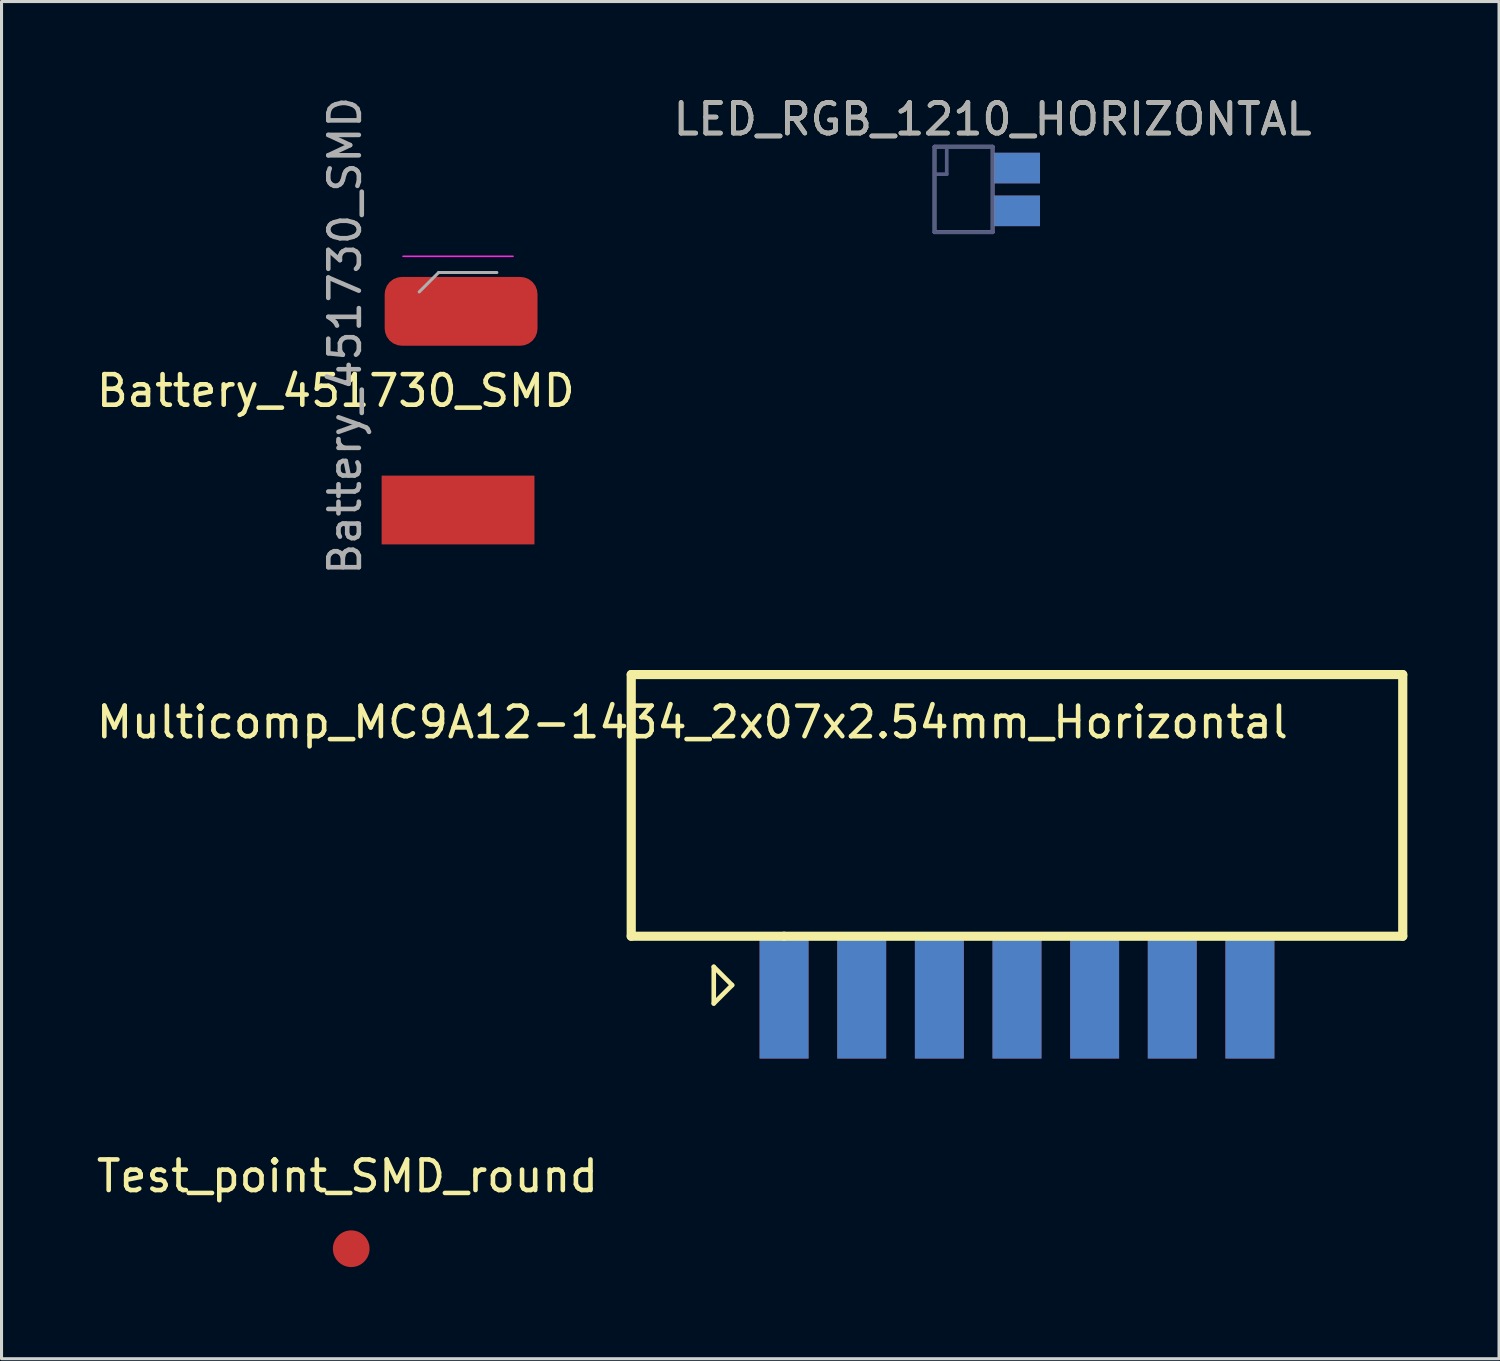
<source format=kicad_pcb>
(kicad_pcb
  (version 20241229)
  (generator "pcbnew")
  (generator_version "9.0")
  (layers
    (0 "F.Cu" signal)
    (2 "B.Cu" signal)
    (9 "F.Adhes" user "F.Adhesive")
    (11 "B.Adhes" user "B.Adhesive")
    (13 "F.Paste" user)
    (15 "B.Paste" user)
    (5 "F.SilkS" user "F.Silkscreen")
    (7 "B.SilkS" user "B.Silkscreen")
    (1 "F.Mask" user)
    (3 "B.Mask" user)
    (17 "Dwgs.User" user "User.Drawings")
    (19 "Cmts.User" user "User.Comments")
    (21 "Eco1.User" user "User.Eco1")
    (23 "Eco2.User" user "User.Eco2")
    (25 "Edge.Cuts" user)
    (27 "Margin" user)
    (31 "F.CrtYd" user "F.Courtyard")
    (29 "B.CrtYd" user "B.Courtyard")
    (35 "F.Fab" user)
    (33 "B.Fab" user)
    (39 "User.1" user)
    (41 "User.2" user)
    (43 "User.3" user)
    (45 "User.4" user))
  (footprint "LED_RGB_1210_HORIZONTAL"
    (layer "F.Cu")
    (at 29.423 3.148)
    (property "Reference" "LED_RGB_1210_HORIZONTAL" (at 0 -2.3 0) (layer "F.SilkS") (effects (font (size 1 1) (thickness 0.15))))
    (attr smd)
    (fp_line (start -1.9 -1.4) (end 0 -1.4) (stroke (width 0.12) (type solid)) (layer "B.Fab"))
    (fp_line (start -1.9 1.4) (end -1.9 -1.4) (stroke (width 0.12) (type solid)) (layer "B.Fab"))
    (fp_line (start -1.5 -1.4) (end -1.5 -0.5) (stroke (width 0.12) (type solid)) (layer "B.Fab"))
    (fp_line (start -1.5 -0.5) (end -1.9 -0.5) (stroke (width 0.12) (type solid)) (layer "B.Fab"))
    (fp_line (start 0 1.4) (end -1.9 1.4) (stroke (width 0.12) (type solid)) (layer "B.Fab"))
    (fp_line (start 0 1.4) (end 0 -1.4) (stroke (width 0.12) (type solid)) (layer "B.Fab"))
    (fp_line (start -1.9 -1.4) (end -1.9 1.4) (stroke (width 0.12) (type solid)) (layer "F.Fab"))
    (fp_line (start -1.9 1.4) (end 0 1.4) (stroke (width 0.12) (type solid)) (layer "F.Fab"))
    (fp_line (start 0 -1.4) (end -1.9 -1.4) (stroke (width 0.12) (type solid)) (layer "F.Fab"))
    (fp_line (start 0 -1.4) (end 0 1.4) (stroke (width 0.12) (type solid)) (layer "F.Fab"))
    (fp_text user "${REFERENCE}" (at 0 -2.3 0) (layer "F.Fab") (effects (font (size 1 1) (thickness 0.15))))
    (pad "1" smd rect (at 0.8 -0.7 180) (size 1.5 1) (layers "F.Cu" "F.Mask" "F.Paste"))
    (pad "2" smd rect (at 0.8 0.7 180) (size 1.5 1) (layers "F.Cu" "F.Mask" "F.Paste"))
    (pad "3" smd rect (at 0.8 0.7 180) (size 1.5 1) (layers "B.Cu" "B.Mask" "B.Paste"))
    (pad "4" smd rect (at 0.8 -0.7 180) (size 1.5 1) (layers "B.Cu" "B.Mask" "B.Paste")))
  (footprint "Battery_451730_SMD"
    (layer "F.Cu")
    (at 11.935 7.135)
    (property "Reference" "Battery_451730_SMD" (at -4 2.6 180) (layer "F.SilkS") (effects (font (size 1 1) (thickness 0.15))))
    (attr through_hole)
    (fp_line (start 1.8 -1.8) (end -1.8 -1.8) (stroke (width 0.05) (type solid)) (layer "F.CrtYd"))
    (fp_line (start -1.27 -0.635) (end -0.635 -1.27) (stroke (width 0.1) (type solid)) (layer "F.Fab"))
    (fp_line (start -0.635 -1.27) (end 1.27 -1.27) (stroke (width 0.1) (type solid)) (layer "F.Fab"))
    (fp_text user "${REFERENCE}" (at -3.7 0.8 90) (layer "F.Fab") (effects (font (size 1 1) (thickness 0.15))))
    (pad "1" smd roundrect (at 0.1 0) (size 5 2.25) (layers "F.Cu" "F.Mask" "F.Paste") (roundrect_rratio 0.25))
    (pad "2" smd rect (at 0 6.5) (size 5 2.25) (layers "F.Cu" "F.Mask" "F.Paste")))
  (footprint "Test_point_SMD_round"
    (layer "F.Cu")
    (at 8.44 37.802)
    (property "Reference" "Test_point_SMD_round" (at -0.125 -2.375 0) (layer "F.SilkS") (effects (font (size 1 1) (thickness 0.15))))
    (attr through_hole)
    (pad "1" smd circle (at 0 0 90) (size 1.2 1.2) (layers "F.Cu" "F.Mask" "F.Paste")))
  (footprint "Multicomp_MC9A12-1434_2x07x2.54mm_Horizontal"
    (layer "F.Cu")
    (at 22.601 27.579)
    (property "Reference" "Multicomp_MC9A12-1434_2x07x2.54mm_Horizontal" (at -3 -7 0) (layer "F.SilkS") (effects (font (size 1 1) (thickness 0.15))))
    (attr through_hole)
    (fp_line (start -5 -8.56) (end 20.24 -8.56) (stroke (width 0.3) (type solid)) (layer "F.SilkS"))
    (fp_line (start -5 0) (end -5 -8.56) (stroke (width 0.3) (type solid)) (layer "F.SilkS"))
    (fp_line (start -2.3 1) (end -1.7 1.6) (stroke (width 0.15) (type solid)) (layer "F.SilkS"))
    (fp_line (start -2.3 2.2) (end -2.3 1) (stroke (width 0.15) (type solid)) (layer "F.SilkS"))
    (fp_line (start -1.7 1.6) (end -2.3 2.2) (stroke (width 0.15) (type solid)) (layer "F.SilkS"))
    (fp_line (start 0 0) (end -5 0) (stroke (width 0.3) (type solid)) (layer "F.SilkS"))
    (fp_line (start 0 0) (end 20.24 0) (stroke (width 0.3) (type solid)) (layer "F.SilkS"))
    (fp_line (start 20.24 0) (end 20.24 -8.56) (stroke (width 0.3) (type solid)) (layer "F.SilkS"))
    (pad "1" smd rect (at 0 2) (size 1.6 4) (layers "F.Cu" "F.Mask" "F.Paste"))
    (pad "2" smd rect (at 0 2) (size 1.6 4) (layers "B.Cu" "B.Mask" "B.Paste"))
    (pad "3" smd rect (at 2.54 2) (size 1.6 4) (layers "F.Cu" "F.Mask" "F.Paste"))
    (pad "4" smd rect (at 2.54 2) (size 1.6 4) (layers "B.Cu" "B.Mask" "B.Paste"))
    (pad "5" smd rect (at 5.08 2) (size 1.6 4) (layers "F.Cu" "F.Mask" "F.Paste"))
    (pad "6" smd rect (at 5.08 2) (size 1.6 4) (layers "B.Cu" "B.Mask" "B.Paste"))
    (pad "7" smd rect (at 7.62 2) (size 1.6 4) (layers "F.Cu" "F.Mask" "F.Paste"))
    (pad "8" smd rect (at 7.62 2) (size 1.6 4) (layers "B.Cu" "B.Mask" "B.Paste"))
    (pad "9" smd rect (at 10.16 2) (size 1.6 4) (layers "F.Cu" "F.Mask" "F.Paste"))
    (pad "10" smd rect (at 10.16 2) (size 1.6 4) (layers "B.Cu" "B.Mask" "B.Paste"))
    (pad "11" smd rect (at 12.7 2) (size 1.6 4) (layers "F.Cu" "F.Mask" "F.Paste"))
    (pad "12" smd rect (at 12.7 2) (size 1.6 4) (layers "B.Cu" "B.Mask" "B.Paste"))
    (pad "13" smd rect (at 15.24 2) (size 1.6 4) (layers "F.Cu" "F.Mask" "F.Paste"))
    (pad "14" smd rect (at 15.24 2) (size 1.6 4) (layers "B.Cu" "B.Mask" "B.Paste")))
  (gr_rect
    (start -3 -3)
    (end 45.991 41.402)
    (stroke (width 0.1) (type default))
    (fill no)
    (layer "Edge.Cuts")))
</source>
